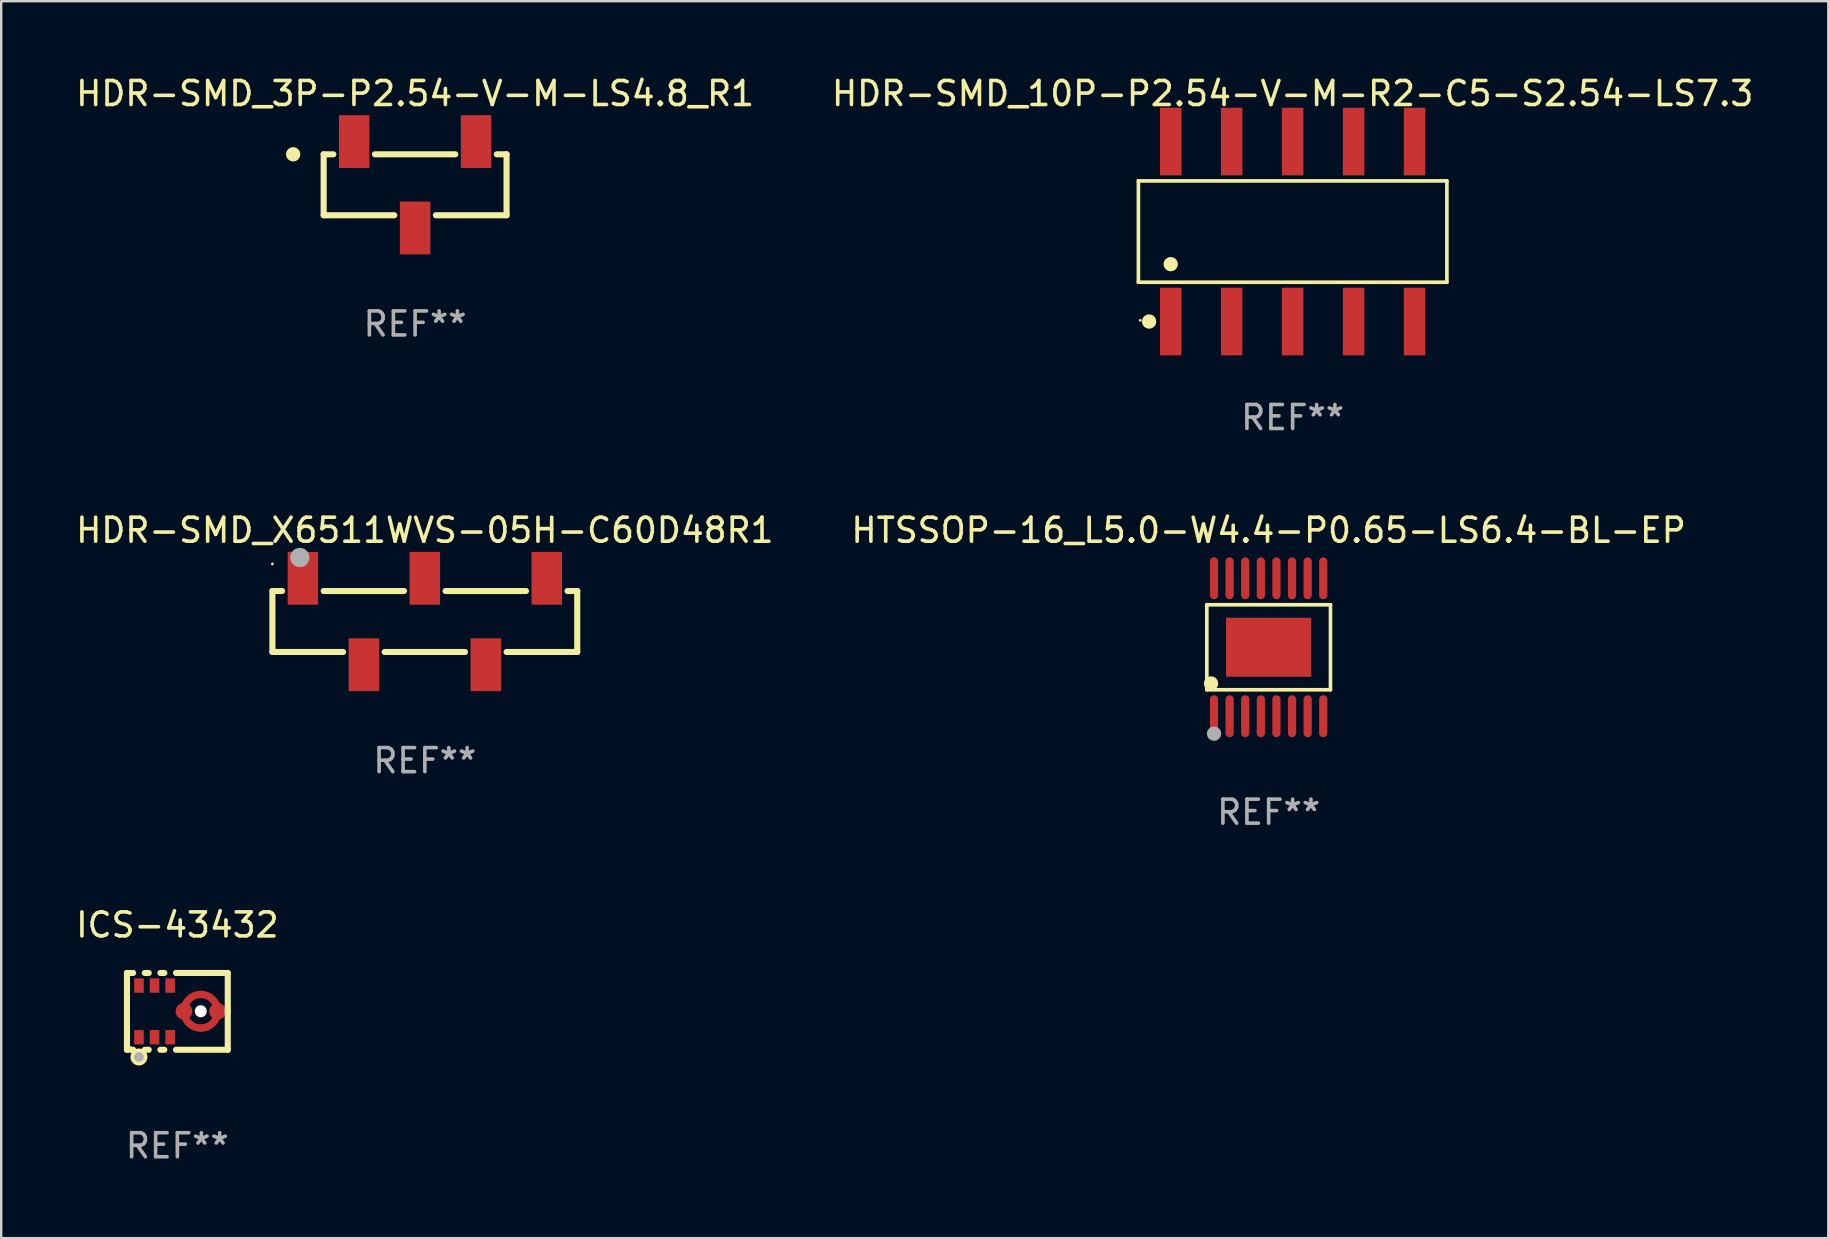
<source format=kicad_pcb>
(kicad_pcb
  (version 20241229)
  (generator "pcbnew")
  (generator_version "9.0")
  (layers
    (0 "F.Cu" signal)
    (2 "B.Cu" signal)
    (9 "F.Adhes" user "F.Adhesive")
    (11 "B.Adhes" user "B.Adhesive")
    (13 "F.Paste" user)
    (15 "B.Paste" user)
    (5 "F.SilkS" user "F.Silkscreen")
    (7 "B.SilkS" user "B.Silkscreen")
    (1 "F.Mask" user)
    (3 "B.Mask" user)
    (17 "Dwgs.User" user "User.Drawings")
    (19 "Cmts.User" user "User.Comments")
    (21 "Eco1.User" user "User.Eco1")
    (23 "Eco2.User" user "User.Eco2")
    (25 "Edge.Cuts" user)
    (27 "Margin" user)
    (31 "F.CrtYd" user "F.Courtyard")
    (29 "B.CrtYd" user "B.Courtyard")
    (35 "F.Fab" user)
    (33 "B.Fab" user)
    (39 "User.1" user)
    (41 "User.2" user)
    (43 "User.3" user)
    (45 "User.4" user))
  (footprint "HDR-SMD_10P-P2.54-V-M-R2-C5-S2.54-LS7.3"
    (layer "F.Cu")
    (at 50.804 6.597)
    (property "Reference" "HDR-SMD_10P-P2.54-V-M-R2-C5-S2.54-LS7.3" (at 0 -5.749 0) (layer "F.SilkS") (effects (font (size 1 1) (thickness 0.15))))
    (attr through_hole)
    (fp_line (start -6.426 -2.111) (end 6.426 -2.111) (stroke (width 0.152) (type solid)) (layer "F.SilkS"))
    (fp_line (start -6.426 2.111) (end -6.426 -2.111) (stroke (width 0.152) (type solid)) (layer "F.SilkS"))
    (fp_line (start 6.426 -2.111) (end 6.426 2.111) (stroke (width 0.152) (type solid)) (layer "F.SilkS"))
    (fp_line (start 6.426 2.111) (end -6.426 2.111) (stroke (width 0.152) (type solid)) (layer "F.SilkS"))
    (fp_circle (center -6.35 3.7) (end -6.32 3.7) (stroke (width 0.06) (type solid)) (fill no) (layer "F.SilkS"))
    (fp_circle (center -5.98 3.749) (end -5.83 3.749) (stroke (width 0.3) (type solid)) (fill no) (layer "F.SilkS"))
    (fp_circle (center -5.08 1.359) (end -4.93 1.359) (stroke (width 0.3) (type solid)) (fill no) (layer "F.SilkS"))
    (fp_text user "REF**" (at 0 7.749 0) (layer "F.Fab") (effects (font (size 1 1) (thickness 0.15))))
    (pad "1" smd rect (at -5.08 3.749) (size 0.896 2.818) (layers "F.Cu" "F.Mask" "F.Paste"))
    (pad "2" smd rect (at -5.08 -3.749) (size 0.896 2.818) (layers "F.Cu" "F.Mask" "F.Paste"))
    (pad "3" smd rect (at -2.54 3.749) (size 0.896 2.818) (layers "F.Cu" "F.Mask" "F.Paste"))
    (pad "4" smd rect (at -2.54 -3.749) (size 0.896 2.818) (layers "F.Cu" "F.Mask" "F.Paste"))
    (pad "5" smd rect (at 0 3.749) (size 0.896 2.818) (layers "F.Cu" "F.Mask" "F.Paste"))
    (pad "6" smd rect (at 0 -3.749) (size 0.896 2.818) (layers "F.Cu" "F.Mask" "F.Paste"))
    (pad "7" smd rect (at 2.54 3.749) (size 0.896 2.818) (layers "F.Cu" "F.Mask" "F.Paste"))
    (pad "8" smd rect (at 2.54 -3.749) (size 0.896 2.818) (layers "F.Cu" "F.Mask" "F.Paste"))
    (pad "9" smd rect (at 5.08 3.749) (size 0.896 2.818) (layers "F.Cu" "F.Mask" "F.Paste"))
    (pad "10" smd rect (at 5.08 -3.749) (size 0.896 2.818) (layers "F.Cu" "F.Mask" "F.Paste")))
  (footprint "HDR-SMD_X6511WVS-05H-C60D48R1"
    (layer "F.Cu")
    (at 14.649 22.843)
    (property "Reference" "HDR-SMD_X6511WVS-05H-C60D48R1" (at 0 -3.8 0) (layer "F.SilkS") (effects (font (size 1 1) (thickness 0.15))))
    (attr through_hole)
    (fp_line (start -6.35 -1.27) (end -6.35 1.27) (stroke (width 0.254) (type solid)) (layer "F.SilkS"))
    (fp_line (start -6.35 1.27) (end -3.406 1.27) (stroke (width 0.254) (type solid)) (layer "F.SilkS"))
    (fp_line (start -5.946 -1.27) (end -6.35 -1.27) (stroke (width 0.254) (type solid)) (layer "F.SilkS"))
    (fp_line (start -1.674 1.27) (end 1.674 1.27) (stroke (width 0.254) (type solid)) (layer "F.SilkS"))
    (fp_line (start -0.866 -1.27) (end -4.214 -1.27) (stroke (width 0.254) (type solid)) (layer "F.SilkS"))
    (fp_line (start 3.406 1.27) (end 6.35 1.27) (stroke (width 0.254) (type solid)) (layer "F.SilkS"))
    (fp_line (start 4.214 -1.27) (end 0.866 -1.27) (stroke (width 0.254) (type solid)) (layer "F.SilkS"))
    (fp_line (start 6.35 -1.27) (end 5.946 -1.27) (stroke (width 0.254) (type solid)) (layer "F.SilkS"))
    (fp_line (start 6.35 1.27) (end 6.35 -1.27) (stroke (width 0.254) (type solid)) (layer "F.SilkS"))
    (fp_circle (center -6.35 -2.4) (end -6.32 -2.4) (stroke (width 0.06) (type solid)) (fill no) (layer "F.SilkS"))
    (fp_circle (center -5.207 -2.667) (end -5.007 -2.667) (stroke (width 0.4) (type solid)) (fill no) (layer "F.Fab"))
    (fp_text user "REF**" (at 0 5.8 0) (layer "F.Fab") (effects (font (size 1 1) (thickness 0.15))))
    (pad "1" smd rect (at -5.08 -1.8) (size 1.27 2.2) (layers "F.Cu" "F.Mask" "F.Paste"))
    (pad "2" smd rect (at -2.54 1.8) (size 1.27 2.2) (layers "F.Cu" "F.Mask" "F.Paste"))
    (pad "3" smd rect (at 0 -1.8) (size 1.27 2.2) (layers "F.Cu" "F.Mask" "F.Paste"))
    (pad "4" smd rect (at 2.54 1.8) (size 1.27 2.2) (layers "F.Cu" "F.Mask" "F.Paste"))
    (pad "5" smd rect (at 5.08 -1.8) (size 1.27 2.2) (layers "F.Cu" "F.Mask" "F.Paste")))
  (footprint "HDR-SMD_3P-P2.54-V-M-LS4.8_R1"
    (layer "F.Cu")
    (at 14.244 4.648)
    (property "Reference" "HDR-SMD_3P-P2.54-V-M-LS4.8_R1" (at 0 -3.8 0) (layer "F.SilkS") (effects (font (size 1 1) (thickness 0.15))))
    (attr through_hole)
    (fp_line (start -3.81 -1.27) (end -3.81 1.27) (stroke (width 0.254) (type solid)) (layer "F.SilkS"))
    (fp_line (start -3.81 1.27) (end -0.866 1.27) (stroke (width 0.254) (type solid)) (layer "F.SilkS"))
    (fp_line (start -3.406 -1.27) (end -3.81 -1.27) (stroke (width 0.254) (type solid)) (layer "F.SilkS"))
    (fp_line (start 0.866 1.27) (end 3.81 1.27) (stroke (width 0.254) (type solid)) (layer "F.SilkS"))
    (fp_line (start 1.674 -1.27) (end -1.674 -1.27) (stroke (width 0.254) (type solid)) (layer "F.SilkS"))
    (fp_line (start 3.406 -1.27) (end 3.81 -1.27) (stroke (width 0.254) (type solid)) (layer "F.SilkS"))
    (fp_line (start 3.81 1.27) (end 3.81 -1.27) (stroke (width 0.254) (type solid)) (layer "F.SilkS"))
    (fp_circle (center -5.08 -1.27) (end -5.05 -1.27) (stroke (width 0.06) (type solid)) (fill no) (layer "F.SilkS"))
    (fp_circle (center -5.08 -1.27) (end -4.93 -1.27) (stroke (width 0.3) (type solid)) (fill no) (layer "F.SilkS"))
    (fp_text user "REF**" (at 0 5.8 0) (layer "F.Fab") (effects (font (size 1 1) (thickness 0.15))))
    (pad "1" smd rect (at -2.54 -1.8) (size 1.27 2.2) (layers "F.Cu" "F.Mask" "F.Paste"))
    (pad "2" smd rect (at 0 1.8) (size 1.27 2.2) (layers "F.Cu" "F.Mask" "F.Paste"))
    (pad "3" smd rect (at 2.54 -1.8) (size 1.27 2.2) (layers "F.Cu" "F.Mask" "F.Paste")))
  (footprint "HTSSOP-16_L5.0-W4.4-P0.65-LS6.4-BL-EP"
    (layer "F.Cu")
    (at 49.804 23.916)
    (property "Reference" "HTSSOP-16_L5.0-W4.4-P0.65-LS6.4-BL-EP" (at 0 -4.873 0) (layer "F.SilkS") (effects (font (size 1 1) (thickness 0.15))))
    (attr through_hole)
    (fp_line (start -2.576 -1.771) (end 2.576 -1.771) (stroke (width 0.152) (type solid)) (layer "F.SilkS"))
    (fp_line (start -2.576 1.771) (end -2.576 -1.771) (stroke (width 0.152) (type solid)) (layer "F.SilkS"))
    (fp_line (start 2.576 -1.771) (end 2.576 1.771) (stroke (width 0.152) (type solid)) (layer "F.SilkS"))
    (fp_line (start 2.576 1.771) (end -2.576 1.771) (stroke (width 0.152) (type solid)) (layer "F.SilkS"))
    (fp_circle (center -2.4 1.51) (end -2.25 1.51) (stroke (width 0.3) (type solid)) (fill no) (layer "F.SilkS"))
    (fp_circle (center -2.275 3.6) (end -2.125 3.6) (stroke (width 0.3) (type solid)) (fill no) (layer "F.Fab"))
    (fp_text user "REF**" (at 0 6.873 0) (layer "F.Fab") (effects (font (size 1 1) (thickness 0.15))))
    (pad "1" smd oval (at -2.275 2.873) (size 0.343 1.747) (layers "F.Cu" "F.Mask" "F.Paste"))
    (pad "2" smd oval (at -1.625 2.873) (size 0.343 1.747) (layers "F.Cu" "F.Mask" "F.Paste"))
    (pad "3" smd oval (at -0.975 2.873) (size 0.343 1.747) (layers "F.Cu" "F.Mask" "F.Paste"))
    (pad "4" smd oval (at -0.325 2.873) (size 0.343 1.747) (layers "F.Cu" "F.Mask" "F.Paste"))
    (pad "5" smd oval (at 0.325 2.873) (size 0.343 1.747) (layers "F.Cu" "F.Mask" "F.Paste"))
    (pad "6" smd oval (at 0.975 2.873) (size 0.343 1.747) (layers "F.Cu" "F.Mask" "F.Paste"))
    (pad "7" smd oval (at 1.625 2.873) (size 0.343 1.747) (layers "F.Cu" "F.Mask" "F.Paste"))
    (pad "8" smd oval (at 2.275 2.873) (size 0.343 1.747) (layers "F.Cu" "F.Mask" "F.Paste"))
    (pad "9" smd oval (at 2.275 -2.873) (size 0.343 1.747) (layers "F.Cu" "F.Mask" "F.Paste"))
    (pad "10" smd oval (at 1.625 -2.873) (size 0.343 1.747) (layers "F.Cu" "F.Mask" "F.Paste"))
    (pad "11" smd oval (at 0.975 -2.873) (size 0.343 1.747) (layers "F.Cu" "F.Mask" "F.Paste"))
    (pad "12" smd oval (at 0.325 -2.873) (size 0.343 1.747) (layers "F.Cu" "F.Mask" "F.Paste"))
    (pad "13" smd oval (at -0.325 -2.873) (size 0.343 1.747) (layers "F.Cu" "F.Mask" "F.Paste"))
    (pad "14" smd oval (at -0.975 -2.873) (size 0.343 1.747) (layers "F.Cu" "F.Mask" "F.Paste"))
    (pad "15" smd oval (at -1.625 -2.873) (size 0.343 1.747) (layers "F.Cu" "F.Mask" "F.Paste"))
    (pad "16" smd oval (at -2.275 -2.873) (size 0.343 1.747) (layers "F.Cu" "F.Mask" "F.Paste"))
    (pad "17" smd rect (at 0 0) (size 3.55 2.46) (layers "F.Cu" "F.Mask" "F.Paste")))
  (footprint "ICS-43432"
    (layer "F.Cu")
    (at 4.339 39.086)
    (property "Reference" "ICS-43432" (at 0 -3.6 0) (layer "F.SilkS") (effects (font (size 1 1) (thickness 0.15))))
    (attr through_hole)
    (fp_line (start -2.1 -1.6) (end -2.1 1.6) (stroke (width 0.254) (type solid)) (layer "F.SilkS"))
    (fp_line (start -2.1 -1.6) (end -1.843 -1.6) (stroke (width 0.254) (type solid)) (layer "F.SilkS"))
    (fp_line (start -1.843 1.6) (end -2.1 1.6) (stroke (width 0.254) (type solid)) (layer "F.SilkS"))
    (fp_line (start -1.357 -1.6) (end -1.193 -1.6) (stroke (width 0.254) (type solid)) (layer "F.SilkS"))
    (fp_line (start -1.193 1.6) (end -1.357 1.6) (stroke (width 0.254) (type solid)) (layer "F.SilkS"))
    (fp_line (start -0.707 -1.6) (end -0.543 -1.6) (stroke (width 0.254) (type solid)) (layer "F.SilkS"))
    (fp_line (start -0.543 1.6) (end -0.707 1.6) (stroke (width 0.254) (type solid)) (layer "F.SilkS"))
    (fp_line (start -0.057 -1.6) (end 2.1 -1.6) (stroke (width 0.254) (type solid)) (layer "F.SilkS"))
    (fp_line (start 2.1 0.000013) (end 2.1 -1.6) (stroke (width 0.254) (type solid)) (layer "F.SilkS"))
    (fp_line (start 2.1 1.6) (end -0.057 1.6) (stroke (width 0.254) (type solid)) (layer "F.SilkS"))
    (fp_line (start 2.1 1.6) (end 2.1 0.000013) (stroke (width 0.254) (type solid)) (layer "F.SilkS"))
    (fp_circle (center -1.963 1.5) (end -1.933 1.5) (stroke (width 0.06) (type solid)) (fill no) (layer "F.SilkS"))
    (fp_circle (center -1.6 1.9) (end -1.5 1.9) (stroke (width 0.254) (type solid)) (fill no) (layer "F.SilkS"))
    (fp_circle (center -1.6 1.9) (end -1.5 1.9) (stroke (width 0.2) (type solid)) (fill no) (layer "F.Fab"))
    (fp_text user "REF**" (at 0 5.6 0) (layer "F.Fab") (effects (font (size 1 1) (thickness 0.15))))
    (pad "" np_thru_hole circle (at 0.975 -0.005) (size 0.5 0.5) (drill 0.5) (layers "*.Cu" "*.Mask"))
    (pad "1" smd rect (at -1.6 1.075 90) (size 0.6 0.4) (layers "F.Cu" "F.Mask" "F.Paste"))
    (pad "2" smd rect (at -0.95 1.075 90) (size 0.6 0.4) (layers "F.Cu" "F.Mask" "F.Paste"))
    (pad "3" smd rect (at -0.3 1.075 90) (size 0.6 0.4) (layers "F.Cu" "F.Mask" "F.Paste"))
    (pad "4" smd custom (at 0.275 -0.005) (size 0.7 1.4) (layers "F.Cu" "F.Mask" "F.Paste") (options (anchor circle)) (primitives (gr_poly (pts (xy 0.7 -0.547) (xy 0.666 -0.546) (xy 0.633 -0.543) (xy 0.599 -0.538) (xy 0.566 -0.531) (xy 0.534 -0.522) (xy 0.502 -0.511) (xy 0.471 -0.497) (xy 0.441 -0.482) (xy 0.412 -0.465) (xy 0.384 -0.447) (xy 0.357 -0.427) (xy 0.331 -0.405) (xy 0.307 -0.381) (xy 0.284 -0.356) (xy 0.263 -0.33) (xy 0.244 -0.302) (xy 0.226 -0.274) (xy 0.21 -0.244) (xy 0.196 -0.213) (xy 0.184 -0.182) (xy 0.173 -0.15) (xy 0.165 -0.117) (xy 0.159 -0.084) (xy 0.155 -0.051) (xy 0.153 -0.017) (xy 0.153 0.017) (xy 0.155 0.051) (xy 0.159 0.084) (xy 0.165 0.117) (xy 0.173 0.15) (xy 0.184 0.182) (xy 0.196 0.213) (xy 0.21 0.244) (xy 0.226 0.274) (xy 0.244 0.302) (xy 0.263 0.33) (xy 0.284 0.356) (xy 0.307 0.381) (xy 0.331 0.405) (xy 0.357 0.427) (xy 0.384 0.447) (xy 0.412 0.465) (xy 0.441 0.482) (xy 0.471 0.497) (xy 0.502 0.511) (xy 0.534 0.522) (xy 0.566 0.531) (xy 0.599 0.538) (xy 0.633 0.543) (xy 0.666 0.546) (xy 0.7 0.547) (xy 0.718 0.549) (xy 0.735 0.552) (xy 0.752 0.557) (xy 0.768 0.564) (xy 0.784 0.573) (xy 0.798 0.583) (xy 0.811 0.595) (xy 0.822 0.609) (xy 0.832 0.624) (xy 0.84 0.64) (xy 0.846 0.656) (xy 0.85 0.674) (xy 0.852 0.691) (xy 0.852 0.709) (xy 0.85 0.726) (xy 0.846 0.744) (xy 0.84 0.76) (xy 0.832 0.776) (xy 0.822 0.791) (xy 0.811 0.805) (xy 0.798 0.817) (xy 0.784 0.827) (xy 0.768 0.836) (xy 0.752 0.843) (xy 0.735 0.848) (xy 0.718 0.851) (xy 0.7 0.853) (xy 0.658 0.851) (xy 0.616 0.848) (xy 0.575 0.843) (xy 0.534 0.836) (xy 0.493 0.827) (xy 0.453 0.816) (xy 0.413 0.803) (xy 0.374 0.788) (xy 0.336 0.771) (xy 0.298 0.752) (xy 0.262 0.731) (xy 0.226 0.709) (xy 0.192 0.685) (xy 0.159 0.659) (xy 0.128 0.632) (xy 0.097 0.603) (xy 0.068 0.572) (xy 0.041 0.541) (xy 0.015 0.508) (xy -0.009 0.474) (xy -0.031 0.438) (xy -0.052 0.402) (xy -0.071 0.364) (xy -0.088 0.326) (xy -0.103 0.287) (xy -0.116 0.247) (xy -0.127 0.207) (xy -0.136 0.166) (xy -0.143 0.125) (xy -0.148 0.084) (xy -0.151 0.042) (xy -0.153 0) (xy -0.151 -0.042) (xy -0.148 -0.084) (xy -0.143 -0.125) (xy -0.136 -0.166) (xy -0.127 -0.207) (xy -0.116 -0.247) (xy -0.103 -0.287) (xy -0.088 -0.326) (xy -0.071 -0.364) (xy -0.052 -0.402) (xy -0.031 -0.438) (xy -0.009 -0.474) (xy 0.015 -0.508) (xy 0.041 -0.541) (xy 0.068 -0.572) (xy 0.097 -0.603) (xy 0.128 -0.632) (xy 0.159 -0.659) (xy 0.192 -0.685) (xy 0.226 -0.709) (xy 0.262 -0.731) (xy 0.298 -0.752) (xy 0.336 -0.771) (xy 0.374 -0.788) (xy 0.413 -0.803) (xy 0.453 -0.816) (xy 0.493 -0.827) (xy 0.534 -0.836) (xy 0.575 -0.843) (xy 0.616 -0.848) (xy 0.658 -0.851) (xy 0.7 -0.853) (xy 0.718 -0.851) (xy 0.735 -0.848) (xy 0.752 -0.843) (xy 0.768 -0.836) (xy 0.784 -0.827) (xy 0.798 -0.817) (xy 0.811 -0.805) (xy 0.822 -0.791) (xy 0.832 -0.776) (xy 0.84 -0.76) (xy 0.846 -0.744) (xy 0.85 -0.726) (xy 0.852 -0.709) (xy 0.852 -0.691) (xy 0.85 -0.674) (xy 0.846 -0.656) (xy 0.84 -0.64) (xy 0.832 -0.624) (xy 0.822 -0.609) (xy 0.811 -0.595) (xy 0.798 -0.583) (xy 0.784 -0.573) (xy 0.768 -0.564) (xy 0.752 -0.557) (xy 0.735 -0.552) (xy 0.718 -0.549) (xy 0.7 -0.547)) (width 0) (fill yes))))
    (pad "4" smd custom (at 1.675 -0.005) (size 0.7 1.4) (layers "F.Cu" "F.Mask" "F.Paste") (options (anchor circle)) (primitives (gr_poly (pts (xy -0.7 0.547) (xy -0.666 0.546) (xy -0.633 0.543) (xy -0.599 0.538) (xy -0.566 0.531) (xy -0.534 0.522) (xy -0.502 0.511) (xy -0.471 0.497) (xy -0.441 0.482) (xy -0.412 0.465) (xy -0.384 0.447) (xy -0.357 0.427) (xy -0.331 0.405) (xy -0.307 0.381) (xy -0.284 0.356) (xy -0.263 0.33) (xy -0.244 0.302) (xy -0.226 0.274) (xy -0.21 0.244) (xy -0.196 0.213) (xy -0.184 0.182) (xy -0.173 0.15) (xy -0.165 0.117) (xy -0.159 0.084) (xy -0.155 0.051) (xy -0.153 0.017) (xy -0.153 -0.017) (xy -0.155 -0.051) (xy -0.159 -0.084) (xy -0.165 -0.117) (xy -0.173 -0.15) (xy -0.184 -0.182) (xy -0.196 -0.213) (xy -0.21 -0.244) (xy -0.226 -0.274) (xy -0.244 -0.302) (xy -0.263 -0.33) (xy -0.284 -0.356) (xy -0.307 -0.381) (xy -0.331 -0.405) (xy -0.357 -0.427) (xy -0.384 -0.447) (xy -0.412 -0.465) (xy -0.441 -0.482) (xy -0.471 -0.497) (xy -0.502 -0.511) (xy -0.534 -0.522) (xy -0.566 -0.531) (xy -0.599 -0.538) (xy -0.633 -0.543) (xy -0.666 -0.546) (xy -0.7 -0.547) (xy -0.718 -0.549) (xy -0.735 -0.552) (xy -0.752 -0.557) (xy -0.769 -0.564) (xy -0.784 -0.573) (xy -0.798 -0.583) (xy -0.811 -0.595) (xy -0.822 -0.609) (xy -0.832 -0.624) (xy -0.84 -0.64) (xy -0.846 -0.656) (xy -0.85 -0.674) (xy -0.852 -0.691) (xy -0.852 -0.709) (xy -0.85 -0.726) (xy -0.846 -0.744) (xy -0.84 -0.76) (xy -0.832 -0.776) (xy -0.822 -0.791) (xy -0.811 -0.805) (xy -0.798 -0.817) (xy -0.784 -0.827) (xy -0.769 -0.836) (xy -0.752 -0.843) (xy -0.735 -0.848) (xy -0.718 -0.851) (xy -0.7 -0.853) (xy -0.658 -0.851) (xy -0.616 -0.848) (xy -0.575 -0.843) (xy -0.534 -0.836) (xy -0.493 -0.827) (xy -0.453 -0.816) (xy -0.413 -0.803) (xy -0.374 -0.788) (xy -0.336 -0.771) (xy -0.298 -0.752) (xy -0.262 -0.731) (xy -0.226 -0.709) (xy -0.192 -0.685) (xy -0.159 -0.659) (xy -0.128 -0.632) (xy -0.097 -0.603) (xy -0.068 -0.572) (xy -0.041 -0.541) (xy -0.015 -0.508) (xy 0.009 -0.474) (xy 0.031 -0.438) (xy 0.052 -0.402) (xy 0.071 -0.364) (xy 0.088 -0.326) (xy 0.103 -0.287) (xy 0.116 -0.247) (xy 0.127 -0.207) (xy 0.136 -0.166) (xy 0.143 -0.125) (xy 0.148 -0.084) (xy 0.151 -0.042) (xy 0.152 0) (xy 0.151 0.042) (xy 0.148 0.084) (xy 0.143 0.125) (xy 0.136 0.166) (xy 0.127 0.207) (xy 0.116 0.247) (xy 0.103 0.287) (xy 0.088 0.326) (xy 0.071 0.364) (xy 0.052 0.402) (xy 0.031 0.438) (xy 0.009 0.474) (xy -0.015 0.508) (xy -0.041 0.541) (xy -0.068 0.572) (xy -0.097 0.603) (xy -0.128 0.632) (xy -0.159 0.659) (xy -0.192 0.685) (xy -0.226 0.709) (xy -0.262 0.731) (xy -0.298 0.752) (xy -0.336 0.771) (xy -0.374 0.788) (xy -0.413 0.803) (xy -0.453 0.816) (xy -0.493 0.827) (xy -0.534 0.836) (xy -0.575 0.843) (xy -0.616 0.848) (xy -0.658 0.851) (xy -0.7 0.853) (xy -0.718 0.851) (xy -0.735 0.848) (xy -0.752 0.843) (xy -0.769 0.836) (xy -0.784 0.827) (xy -0.798 0.817) (xy -0.811 0.805) (xy -0.822 0.791) (xy -0.832 0.776) (xy -0.84 0.76) (xy -0.846 0.744) (xy -0.85 0.726) (xy -0.852 0.709) (xy -0.852 0.691) (xy -0.85 0.674) (xy -0.846 0.656) (xy -0.84 0.64) (xy -0.832 0.624) (xy -0.822 0.609) (xy -0.811 0.595) (xy -0.798 0.583) (xy -0.784 0.573) (xy -0.769 0.564) (xy -0.752 0.557) (xy -0.735 0.552) (xy -0.718 0.549) (xy -0.7 0.547)) (width 0) (fill yes))))
    (pad "5" smd rect (at -0.3 -1.075 90) (size 0.6 0.4) (layers "F.Cu" "F.Mask" "F.Paste"))
    (pad "6" smd rect (at -0.95 -1.075 90) (size 0.6 0.4) (layers "F.Cu" "F.Mask" "F.Paste"))
    (pad "7" smd rect (at -1.6 -1.075 90) (size 0.6 0.4) (layers "F.Cu" "F.Mask" "F.Paste")))
  (gr_rect
    (start -3 -3)
    (end 73.119 48.534)
    (stroke (width 0.1) (type default))
    (fill no)
    (layer "Edge.Cuts")))
</source>
